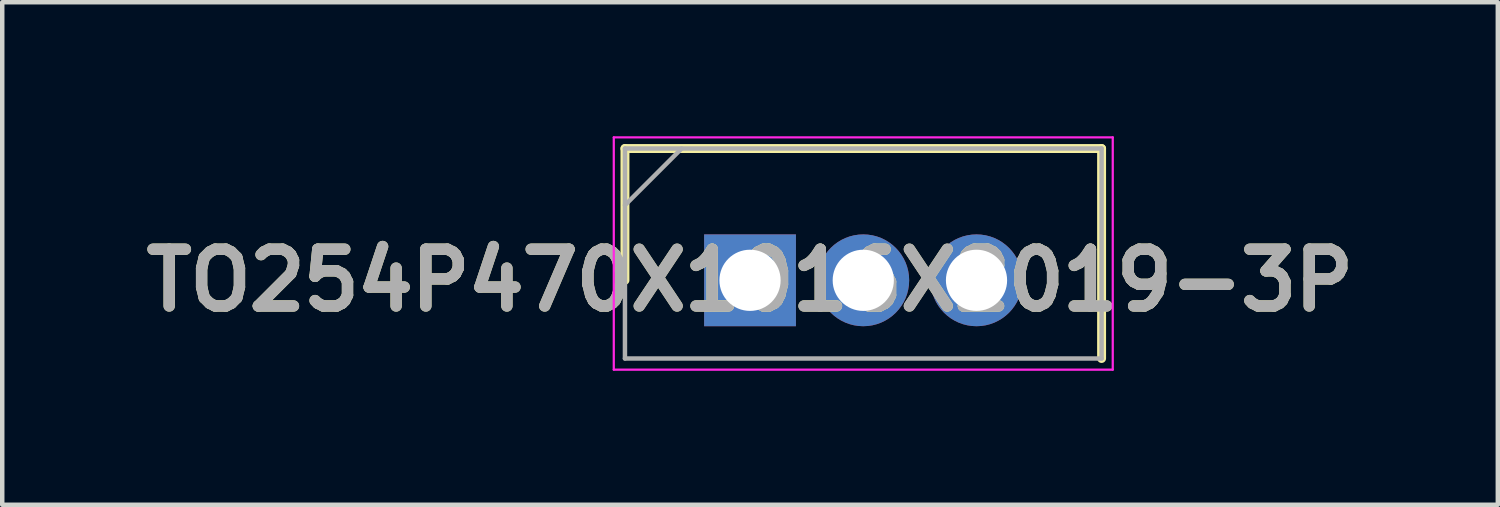
<source format=kicad_pcb>
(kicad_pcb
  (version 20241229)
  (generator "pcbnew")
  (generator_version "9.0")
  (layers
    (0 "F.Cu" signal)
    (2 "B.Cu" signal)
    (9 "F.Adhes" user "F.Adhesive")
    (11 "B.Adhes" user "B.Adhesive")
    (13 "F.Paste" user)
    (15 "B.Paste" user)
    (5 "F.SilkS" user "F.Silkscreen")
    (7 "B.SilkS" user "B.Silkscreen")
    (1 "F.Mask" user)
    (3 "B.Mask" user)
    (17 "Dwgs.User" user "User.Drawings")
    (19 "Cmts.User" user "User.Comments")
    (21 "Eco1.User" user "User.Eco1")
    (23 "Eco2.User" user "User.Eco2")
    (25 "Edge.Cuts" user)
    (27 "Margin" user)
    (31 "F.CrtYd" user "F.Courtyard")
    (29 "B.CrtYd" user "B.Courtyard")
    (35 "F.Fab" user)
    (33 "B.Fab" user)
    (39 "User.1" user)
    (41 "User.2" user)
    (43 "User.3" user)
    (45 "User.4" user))
  (footprint "TO254P470X1016X2019-3P"
    (layer "F.Cu")
    (at 13.74 3.225)
    (property "Reference" "TO254P470X1016X2019-3P" (at 0 0 0) (layer "F.SilkS") (effects (font (size 1.27 1.27) (thickness 0.254))))
    (attr through_hole)
    (fp_line (start -2.8 -2.95) (end -2.8 0) (stroke (width 0.2) (type solid)) (layer "F.SilkS"))
    (fp_line (start 7.87 -2.95) (end -2.8 -2.95) (stroke (width 0.2) (type solid)) (layer "F.SilkS"))
    (fp_line (start 7.87 1.75) (end 7.87 -2.95) (stroke (width 0.2) (type solid)) (layer "F.SilkS"))
    (fp_line (start -3.05 -3.2) (end 8.12 -3.2) (stroke (width 0.05) (type solid)) (layer "F.CrtYd"))
    (fp_line (start -3.05 2) (end -3.05 -3.2) (stroke (width 0.05) (type solid)) (layer "F.CrtYd"))
    (fp_line (start 8.12 -3.2) (end 8.12 2) (stroke (width 0.05) (type solid)) (layer "F.CrtYd"))
    (fp_line (start 8.12 2) (end -3.05 2) (stroke (width 0.05) (type solid)) (layer "F.CrtYd"))
    (fp_line (start -2.8 -2.95) (end 7.87 -2.95) (stroke (width 0.1) (type solid)) (layer "F.Fab"))
    (fp_line (start -2.8 -1.682) (end -1.532 -2.95) (stroke (width 0.1) (type solid)) (layer "F.Fab"))
    (fp_line (start -2.8 1.75) (end -2.8 -2.95) (stroke (width 0.1) (type solid)) (layer "F.Fab"))
    (fp_line (start 7.87 -2.95) (end 7.87 1.75) (stroke (width 0.1) (type solid)) (layer "F.Fab"))
    (fp_line (start 7.87 1.75) (end -2.8 1.75) (stroke (width 0.1) (type solid)) (layer "F.Fab"))
    (fp_text user "${REFERENCE}" (at 0 0 0) (layer "F.Fab") (effects (font (size 1.27 1.27) (thickness 0.254))))
    (pad "1" thru_hole rect (at 0 0) (size 2.055 2.055) (drill 1.37) (layers "*.Cu" "*.Mask"))
    (pad "2" thru_hole circle (at 2.535 0) (size 2.055 2.055) (drill 1.37) (layers "*.Cu" "*.Mask"))
    (pad "3" thru_hole circle (at 5.07 0) (size 2.055 2.055) (drill 1.37) (layers "*.Cu" "*.Mask")))
  (gr_rect
    (start -3 -3)
    (end 30.48 8.25)
    (stroke (width 0.1) (type default))
    (fill no)
    (layer "Edge.Cuts")))
</source>
